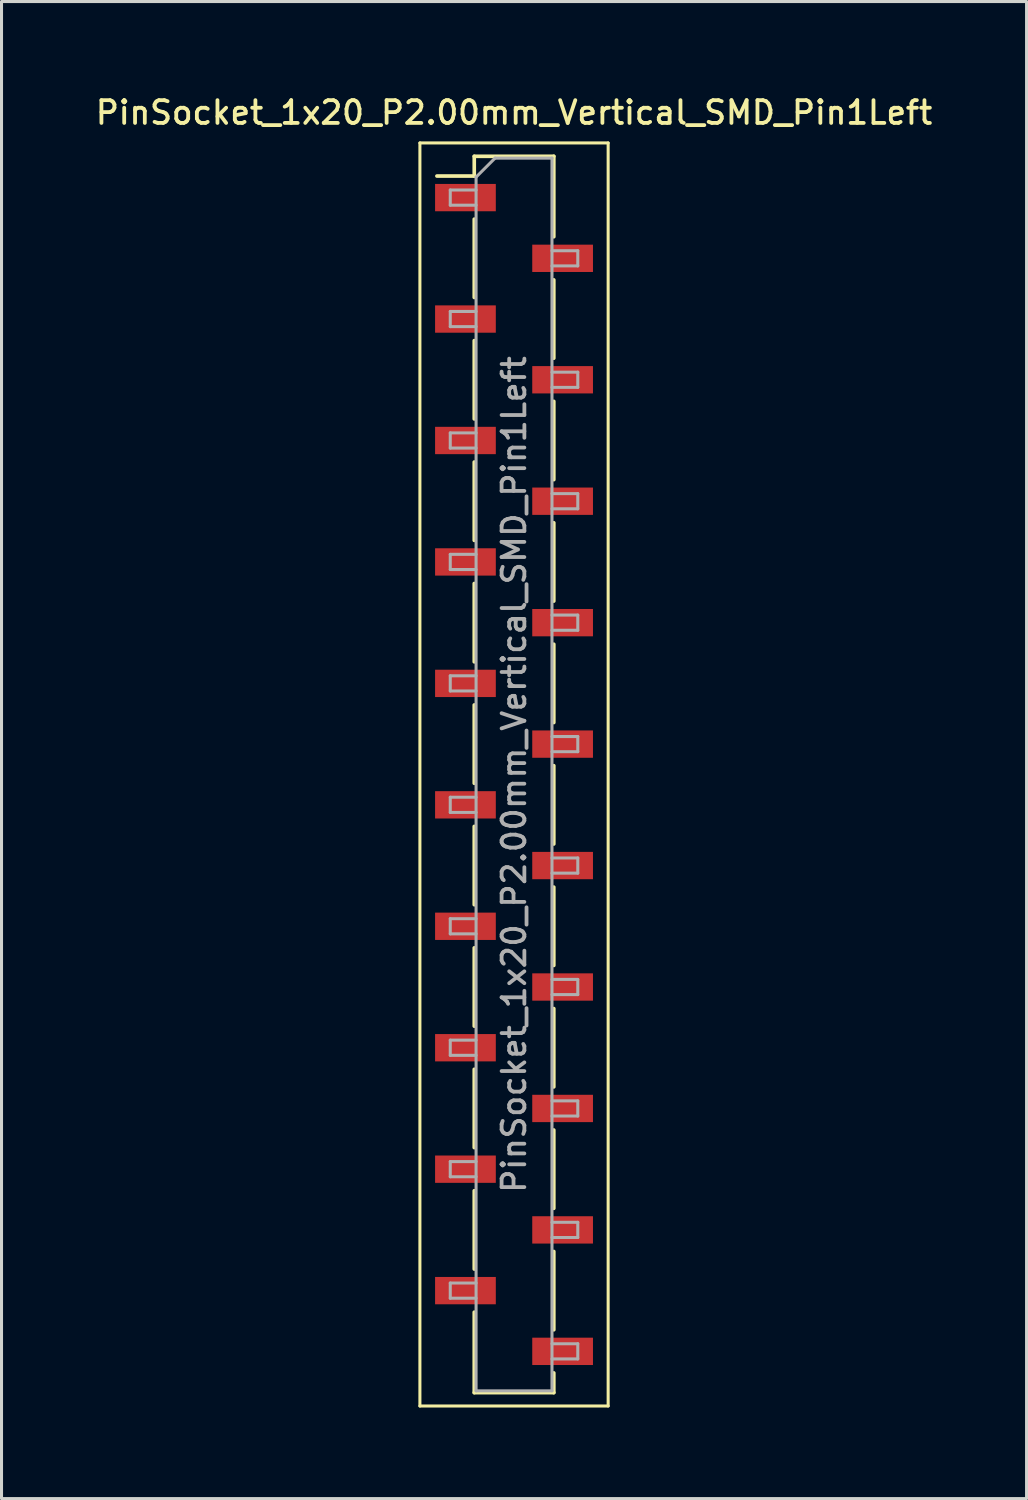
<source format=kicad_pcb>
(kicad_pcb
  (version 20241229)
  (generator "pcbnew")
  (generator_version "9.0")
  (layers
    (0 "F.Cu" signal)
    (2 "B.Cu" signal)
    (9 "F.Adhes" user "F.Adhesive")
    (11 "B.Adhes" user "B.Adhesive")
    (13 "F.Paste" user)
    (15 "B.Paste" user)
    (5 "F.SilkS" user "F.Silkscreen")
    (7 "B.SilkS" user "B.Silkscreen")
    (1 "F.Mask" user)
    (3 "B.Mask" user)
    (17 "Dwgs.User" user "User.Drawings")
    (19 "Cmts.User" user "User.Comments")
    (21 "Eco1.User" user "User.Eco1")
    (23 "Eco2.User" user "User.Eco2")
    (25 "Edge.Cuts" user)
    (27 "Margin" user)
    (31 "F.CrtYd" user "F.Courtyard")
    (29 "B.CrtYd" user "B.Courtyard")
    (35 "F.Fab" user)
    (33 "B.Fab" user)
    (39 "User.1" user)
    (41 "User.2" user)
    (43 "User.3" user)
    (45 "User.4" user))
  (footprint "PinSocket_1x20_P2.00mm_Vertical_SMD_Pin1Left"
    (layer "F.Cu")
    (at 13.88 22.458)
    (property "Reference" "PinSocket_1x20_P2.00mm_Vertical_SMD_Pin1Left" (at 0 -21.8 0) (layer "F.SilkS") (effects (font (size 0.75 0.75) (thickness 0.125))))
    (attr smd)
    (fp_line (start -3.1 -20.8) (end 3.1 -20.8) (stroke (width 0.1) (type solid)) (layer "F.SilkS"))
    (fp_line (start -3.1 20.8) (end -3.1 -20.8) (stroke (width 0.1) (type solid)) (layer "F.SilkS"))
    (fp_line (start -2.54 -19.71) (end -1.31 -19.71) (stroke (width 0.12) (type solid)) (layer "F.SilkS"))
    (fp_line (start -1.31 -20.36) (end -1.31 -19.71) (stroke (width 0.12) (type solid)) (layer "F.SilkS"))
    (fp_line (start -1.31 -20.36) (end 1.31 -20.36) (stroke (width 0.12) (type solid)) (layer "F.SilkS"))
    (fp_line (start -1.31 -18.29) (end -1.31 -15.71) (stroke (width 0.12) (type solid)) (layer "F.SilkS"))
    (fp_line (start -1.31 -14.29) (end -1.31 -11.71) (stroke (width 0.12) (type solid)) (layer "F.SilkS"))
    (fp_line (start -1.31 -10.29) (end -1.31 -7.71) (stroke (width 0.12) (type solid)) (layer "F.SilkS"))
    (fp_line (start -1.31 -6.29) (end -1.31 -3.71) (stroke (width 0.12) (type solid)) (layer "F.SilkS"))
    (fp_line (start -1.31 -2.29) (end -1.31 0.29) (stroke (width 0.12) (type solid)) (layer "F.SilkS"))
    (fp_line (start -1.31 1.71) (end -1.31 4.29) (stroke (width 0.12) (type solid)) (layer "F.SilkS"))
    (fp_line (start -1.31 5.71) (end -1.31 8.29) (stroke (width 0.12) (type solid)) (layer "F.SilkS"))
    (fp_line (start -1.31 9.71) (end -1.31 12.29) (stroke (width 0.12) (type solid)) (layer "F.SilkS"))
    (fp_line (start -1.31 13.71) (end -1.31 16.29) (stroke (width 0.12) (type solid)) (layer "F.SilkS"))
    (fp_line (start -1.31 17.71) (end -1.31 20.36) (stroke (width 0.12) (type solid)) (layer "F.SilkS"))
    (fp_line (start -1.31 20.36) (end 1.31 20.36) (stroke (width 0.12) (type solid)) (layer "F.SilkS"))
    (fp_line (start 1.31 -20.36) (end 1.31 -17.71) (stroke (width 0.12) (type solid)) (layer "F.SilkS"))
    (fp_line (start 1.31 -16.29) (end 1.31 -13.71) (stroke (width 0.12) (type solid)) (layer "F.SilkS"))
    (fp_line (start 1.31 -12.29) (end 1.31 -9.71) (stroke (width 0.12) (type solid)) (layer "F.SilkS"))
    (fp_line (start 1.31 -8.29) (end 1.31 -5.71) (stroke (width 0.12) (type solid)) (layer "F.SilkS"))
    (fp_line (start 1.31 -4.29) (end 1.31 -1.71) (stroke (width 0.12) (type solid)) (layer "F.SilkS"))
    (fp_line (start 1.31 -0.29) (end 1.31 2.29) (stroke (width 0.12) (type solid)) (layer "F.SilkS"))
    (fp_line (start 1.31 3.71) (end 1.31 6.29) (stroke (width 0.12) (type solid)) (layer "F.SilkS"))
    (fp_line (start 1.31 7.71) (end 1.31 10.29) (stroke (width 0.12) (type solid)) (layer "F.SilkS"))
    (fp_line (start 1.31 11.71) (end 1.31 14.29) (stroke (width 0.12) (type solid)) (layer "F.SilkS"))
    (fp_line (start 1.31 15.71) (end 1.31 18.29) (stroke (width 0.12) (type solid)) (layer "F.SilkS"))
    (fp_line (start 1.31 19.71) (end 1.31 20.36) (stroke (width 0.12) (type solid)) (layer "F.SilkS"))
    (fp_line (start 3.1 -20.8) (end 3.1 20.8) (stroke (width 0.1) (type solid)) (layer "F.SilkS"))
    (fp_line (start 3.1 20.8) (end -3.1 20.8) (stroke (width 0.1) (type solid)) (layer "F.SilkS"))
    (fp_line (start -2.1 -19.25) (end -1.25 -19.25) (stroke (width 0.1) (type solid)) (layer "F.Fab"))
    (fp_line (start -2.1 -18.75) (end -2.1 -19.25) (stroke (width 0.1) (type solid)) (layer "F.Fab"))
    (fp_line (start -2.1 -15.25) (end -1.25 -15.25) (stroke (width 0.1) (type solid)) (layer "F.Fab"))
    (fp_line (start -2.1 -14.75) (end -2.1 -15.25) (stroke (width 0.1) (type solid)) (layer "F.Fab"))
    (fp_line (start -2.1 -11.25) (end -1.25 -11.25) (stroke (width 0.1) (type solid)) (layer "F.Fab"))
    (fp_line (start -2.1 -10.75) (end -2.1 -11.25) (stroke (width 0.1) (type solid)) (layer "F.Fab"))
    (fp_line (start -2.1 -7.25) (end -1.25 -7.25) (stroke (width 0.1) (type solid)) (layer "F.Fab"))
    (fp_line (start -2.1 -6.75) (end -2.1 -7.25) (stroke (width 0.1) (type solid)) (layer "F.Fab"))
    (fp_line (start -2.1 -3.25) (end -1.25 -3.25) (stroke (width 0.1) (type solid)) (layer "F.Fab"))
    (fp_line (start -2.1 -2.75) (end -2.1 -3.25) (stroke (width 0.1) (type solid)) (layer "F.Fab"))
    (fp_line (start -2.1 0.75) (end -1.25 0.75) (stroke (width 0.1) (type solid)) (layer "F.Fab"))
    (fp_line (start -2.1 1.25) (end -2.1 0.75) (stroke (width 0.1) (type solid)) (layer "F.Fab"))
    (fp_line (start -2.1 4.75) (end -1.25 4.75) (stroke (width 0.1) (type solid)) (layer "F.Fab"))
    (fp_line (start -2.1 5.25) (end -2.1 4.75) (stroke (width 0.1) (type solid)) (layer "F.Fab"))
    (fp_line (start -2.1 8.75) (end -1.25 8.75) (stroke (width 0.1) (type solid)) (layer "F.Fab"))
    (fp_line (start -2.1 9.25) (end -2.1 8.75) (stroke (width 0.1) (type solid)) (layer "F.Fab"))
    (fp_line (start -2.1 12.75) (end -1.25 12.75) (stroke (width 0.1) (type solid)) (layer "F.Fab"))
    (fp_line (start -2.1 13.25) (end -2.1 12.75) (stroke (width 0.1) (type solid)) (layer "F.Fab"))
    (fp_line (start -2.1 16.75) (end -1.25 16.75) (stroke (width 0.1) (type solid)) (layer "F.Fab"))
    (fp_line (start -2.1 17.25) (end -2.1 16.75) (stroke (width 0.1) (type solid)) (layer "F.Fab"))
    (fp_line (start -1.25 -19.675) (end -0.625 -20.3) (stroke (width 0.1) (type solid)) (layer "F.Fab"))
    (fp_line (start -1.25 -18.75) (end -2.1 -18.75) (stroke (width 0.1) (type solid)) (layer "F.Fab"))
    (fp_line (start -1.25 -14.75) (end -2.1 -14.75) (stroke (width 0.1) (type solid)) (layer "F.Fab"))
    (fp_line (start -1.25 -10.75) (end -2.1 -10.75) (stroke (width 0.1) (type solid)) (layer "F.Fab"))
    (fp_line (start -1.25 -6.75) (end -2.1 -6.75) (stroke (width 0.1) (type solid)) (layer "F.Fab"))
    (fp_line (start -1.25 -2.75) (end -2.1 -2.75) (stroke (width 0.1) (type solid)) (layer "F.Fab"))
    (fp_line (start -1.25 1.25) (end -2.1 1.25) (stroke (width 0.1) (type solid)) (layer "F.Fab"))
    (fp_line (start -1.25 5.25) (end -2.1 5.25) (stroke (width 0.1) (type solid)) (layer "F.Fab"))
    (fp_line (start -1.25 9.25) (end -2.1 9.25) (stroke (width 0.1) (type solid)) (layer "F.Fab"))
    (fp_line (start -1.25 13.25) (end -2.1 13.25) (stroke (width 0.1) (type solid)) (layer "F.Fab"))
    (fp_line (start -1.25 17.25) (end -2.1 17.25) (stroke (width 0.1) (type solid)) (layer "F.Fab"))
    (fp_line (start -1.25 20.3) (end -1.25 -19.675) (stroke (width 0.1) (type solid)) (layer "F.Fab"))
    (fp_line (start -0.625 -20.3) (end 1.25 -20.3) (stroke (width 0.1) (type solid)) (layer "F.Fab"))
    (fp_line (start 1.25 -20.3) (end 1.25 20.3) (stroke (width 0.1) (type solid)) (layer "F.Fab"))
    (fp_line (start 1.25 -17.25) (end 2.1 -17.25) (stroke (width 0.1) (type solid)) (layer "F.Fab"))
    (fp_line (start 1.25 -13.25) (end 2.1 -13.25) (stroke (width 0.1) (type solid)) (layer "F.Fab"))
    (fp_line (start 1.25 -9.25) (end 2.1 -9.25) (stroke (width 0.1) (type solid)) (layer "F.Fab"))
    (fp_line (start 1.25 -5.25) (end 2.1 -5.25) (stroke (width 0.1) (type solid)) (layer "F.Fab"))
    (fp_line (start 1.25 -1.25) (end 2.1 -1.25) (stroke (width 0.1) (type solid)) (layer "F.Fab"))
    (fp_line (start 1.25 2.75) (end 2.1 2.75) (stroke (width 0.1) (type solid)) (layer "F.Fab"))
    (fp_line (start 1.25 6.75) (end 2.1 6.75) (stroke (width 0.1) (type solid)) (layer "F.Fab"))
    (fp_line (start 1.25 10.75) (end 2.1 10.75) (stroke (width 0.1) (type solid)) (layer "F.Fab"))
    (fp_line (start 1.25 14.75) (end 2.1 14.75) (stroke (width 0.1) (type solid)) (layer "F.Fab"))
    (fp_line (start 1.25 18.75) (end 2.1 18.75) (stroke (width 0.1) (type solid)) (layer "F.Fab"))
    (fp_line (start 1.25 20.3) (end -1.25 20.3) (stroke (width 0.1) (type solid)) (layer "F.Fab"))
    (fp_line (start 2.1 -17.25) (end 2.1 -16.75) (stroke (width 0.1) (type solid)) (layer "F.Fab"))
    (fp_line (start 2.1 -16.75) (end 1.25 -16.75) (stroke (width 0.1) (type solid)) (layer "F.Fab"))
    (fp_line (start 2.1 -13.25) (end 2.1 -12.75) (stroke (width 0.1) (type solid)) (layer "F.Fab"))
    (fp_line (start 2.1 -12.75) (end 1.25 -12.75) (stroke (width 0.1) (type solid)) (layer "F.Fab"))
    (fp_line (start 2.1 -9.25) (end 2.1 -8.75) (stroke (width 0.1) (type solid)) (layer "F.Fab"))
    (fp_line (start 2.1 -8.75) (end 1.25 -8.75) (stroke (width 0.1) (type solid)) (layer "F.Fab"))
    (fp_line (start 2.1 -5.25) (end 2.1 -4.75) (stroke (width 0.1) (type solid)) (layer "F.Fab"))
    (fp_line (start 2.1 -4.75) (end 1.25 -4.75) (stroke (width 0.1) (type solid)) (layer "F.Fab"))
    (fp_line (start 2.1 -1.25) (end 2.1 -0.75) (stroke (width 0.1) (type solid)) (layer "F.Fab"))
    (fp_line (start 2.1 -0.75) (end 1.25 -0.75) (stroke (width 0.1) (type solid)) (layer "F.Fab"))
    (fp_line (start 2.1 2.75) (end 2.1 3.25) (stroke (width 0.1) (type solid)) (layer "F.Fab"))
    (fp_line (start 2.1 3.25) (end 1.25 3.25) (stroke (width 0.1) (type solid)) (layer "F.Fab"))
    (fp_line (start 2.1 6.75) (end 2.1 7.25) (stroke (width 0.1) (type solid)) (layer "F.Fab"))
    (fp_line (start 2.1 7.25) (end 1.25 7.25) (stroke (width 0.1) (type solid)) (layer "F.Fab"))
    (fp_line (start 2.1 10.75) (end 2.1 11.25) (stroke (width 0.1) (type solid)) (layer "F.Fab"))
    (fp_line (start 2.1 11.25) (end 1.25 11.25) (stroke (width 0.1) (type solid)) (layer "F.Fab"))
    (fp_line (start 2.1 14.75) (end 2.1 15.25) (stroke (width 0.1) (type solid)) (layer "F.Fab"))
    (fp_line (start 2.1 15.25) (end 1.25 15.25) (stroke (width 0.1) (type solid)) (layer "F.Fab"))
    (fp_line (start 2.1 18.75) (end 2.1 19.25) (stroke (width 0.1) (type solid)) (layer "F.Fab"))
    (fp_line (start 2.1 19.25) (end 1.25 19.25) (stroke (width 0.1) (type solid)) (layer "F.Fab"))
    (fp_text user "${REFERENCE}" (at 0 0 90) (layer "F.Fab") (effects (font (size 0.75 0.75) (thickness 0.125))))
    (pad "1" smd rect (at -1.6 -19) (size 2 0.9) (layers "F.Cu" "F.Mask" "F.Paste"))
    (pad "2" smd rect (at 1.6 -17) (size 2 0.9) (layers "F.Cu" "F.Mask" "F.Paste"))
    (pad "3" smd rect (at -1.6 -15) (size 2 0.9) (layers "F.Cu" "F.Mask" "F.Paste"))
    (pad "4" smd rect (at 1.6 -13) (size 2 0.9) (layers "F.Cu" "F.Mask" "F.Paste"))
    (pad "5" smd rect (at -1.6 -11) (size 2 0.9) (layers "F.Cu" "F.Mask" "F.Paste"))
    (pad "6" smd rect (at 1.6 -9) (size 2 0.9) (layers "F.Cu" "F.Mask" "F.Paste"))
    (pad "7" smd rect (at -1.6 -7) (size 2 0.9) (layers "F.Cu" "F.Mask" "F.Paste"))
    (pad "8" smd rect (at 1.6 -5) (size 2 0.9) (layers "F.Cu" "F.Mask" "F.Paste"))
    (pad "9" smd rect (at -1.6 -3) (size 2 0.9) (layers "F.Cu" "F.Mask" "F.Paste"))
    (pad "10" smd rect (at 1.6 -1) (size 2 0.9) (layers "F.Cu" "F.Mask" "F.Paste"))
    (pad "11" smd rect (at -1.6 1) (size 2 0.9) (layers "F.Cu" "F.Mask" "F.Paste"))
    (pad "12" smd rect (at 1.6 3) (size 2 0.9) (layers "F.Cu" "F.Mask" "F.Paste"))
    (pad "13" smd rect (at -1.6 5) (size 2 0.9) (layers "F.Cu" "F.Mask" "F.Paste"))
    (pad "14" smd rect (at 1.6 7) (size 2 0.9) (layers "F.Cu" "F.Mask" "F.Paste"))
    (pad "15" smd rect (at -1.6 9) (size 2 0.9) (layers "F.Cu" "F.Mask" "F.Paste"))
    (pad "16" smd rect (at 1.6 11) (size 2 0.9) (layers "F.Cu" "F.Mask" "F.Paste"))
    (pad "17" smd rect (at -1.6 13) (size 2 0.9) (layers "F.Cu" "F.Mask" "F.Paste"))
    (pad "18" smd rect (at 1.6 15) (size 2 0.9) (layers "F.Cu" "F.Mask" "F.Paste"))
    (pad "19" smd rect (at -1.6 17) (size 2 0.9) (layers "F.Cu" "F.Mask" "F.Paste"))
    (pad "20" smd rect (at 1.6 19) (size 2 0.9) (layers "F.Cu" "F.Mask" "F.Paste")))
  (gr_rect
    (start -3 -3)
    (end 30.761 46.308)
    (stroke (width 0.1) (type default))
    (fill no)
    (layer "Edge.Cuts")))
</source>
